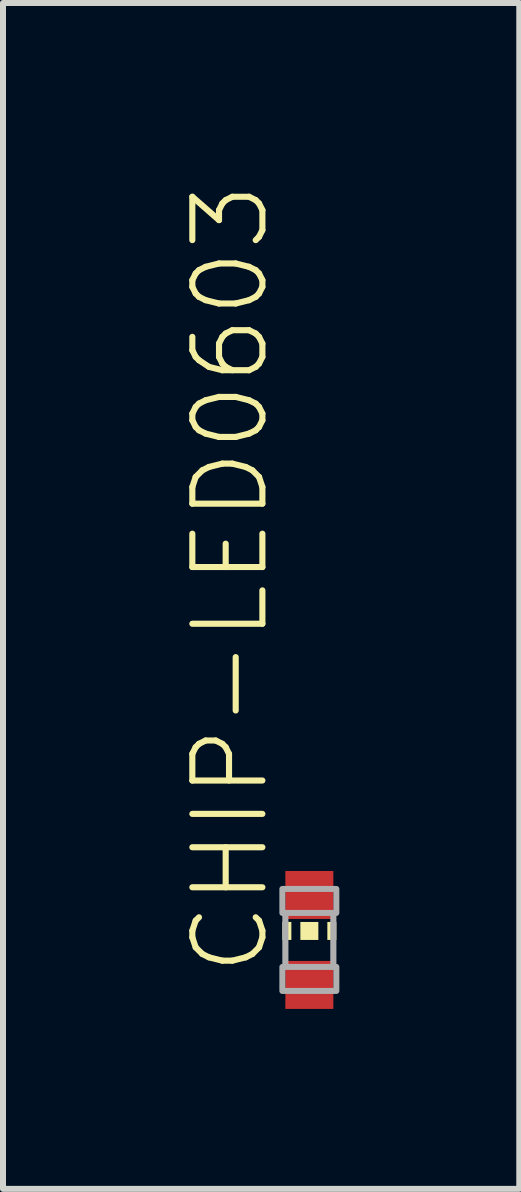
<source format=kicad_pcb>
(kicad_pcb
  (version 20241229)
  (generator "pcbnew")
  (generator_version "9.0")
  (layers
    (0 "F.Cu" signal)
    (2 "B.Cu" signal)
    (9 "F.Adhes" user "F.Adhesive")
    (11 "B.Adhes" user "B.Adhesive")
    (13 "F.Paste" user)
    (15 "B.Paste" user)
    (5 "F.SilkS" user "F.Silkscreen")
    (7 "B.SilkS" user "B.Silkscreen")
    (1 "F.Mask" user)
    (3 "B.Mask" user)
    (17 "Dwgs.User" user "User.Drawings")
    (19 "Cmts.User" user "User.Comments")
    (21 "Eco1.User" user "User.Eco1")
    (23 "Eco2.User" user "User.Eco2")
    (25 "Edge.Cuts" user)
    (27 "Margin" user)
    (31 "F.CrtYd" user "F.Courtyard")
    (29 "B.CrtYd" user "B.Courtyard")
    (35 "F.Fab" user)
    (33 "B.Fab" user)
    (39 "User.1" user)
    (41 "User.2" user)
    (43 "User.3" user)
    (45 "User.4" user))
  (footprint "CHIP-LED0603"
    (layer "F.Cu")
    (at 2.108 12.622)
    (property "Reference" "CHIP-LED0603" (at -0.635 0.635 90) (layer "F.SilkS") (effects (font (size 1.168 1.168) (thickness 0.102)) (justify left bottom)))
    (fp_poly (pts (xy -0.45 0) (xy -0.3 0) (xy -0.3 -0.3) (xy -0.45 -0.3)) (stroke (width 0) (type default)) (fill yes) (layer "F.SilkS"))
    (fp_poly (pts (xy -0.15 0) (xy 0.15 0) (xy 0.15 -0.3) (xy -0.15 -0.3)) (stroke (width 0) (type default)) (fill yes) (layer "F.SilkS"))
    (fp_poly (pts (xy 0.3 0) (xy 0.45 0) (xy 0.45 -0.3) (xy 0.3 -0.3)) (stroke (width 0) (type default)) (fill yes) (layer "F.SilkS"))
    (fp_line (start -0.4 -0.45) (end -0.4 0.45) (stroke (width 0.102) (type solid)) (layer "F.Fab"))
    (fp_line (start 0.4 -0.45) (end 0.4 0.45) (stroke (width 0.102) (type solid)) (layer "F.Fab"))
    (fp_poly (pts (xy -0.45 -0.45) (xy 0.45 -0.45) (xy 0.45 -0.85) (xy -0.45 -0.85)) (stroke (width 0.1) (type default)) (fill no) (layer "F.Fab"))
    (fp_poly (pts (xy -0.45 0.85) (xy 0.45 0.85) (xy 0.45 0.45) (xy -0.45 0.45)) (stroke (width 0.1) (type default)) (fill no) (layer "F.Fab"))
    (pad "A" smd rect (at 0 0.75) (size 0.8 0.8) (layers "F.Cu" "F.Mask" "F.Paste"))
    (pad "C" smd rect (at 0 -0.75) (size 0.8 0.8) (layers "F.Cu" "F.Mask" "F.Paste")))
  (gr_rect
    (start -3 -3)
    (end 5.608 16.772)
    (stroke (width 0.1) (type default))
    (fill no)
    (layer "Edge.Cuts")))
</source>
